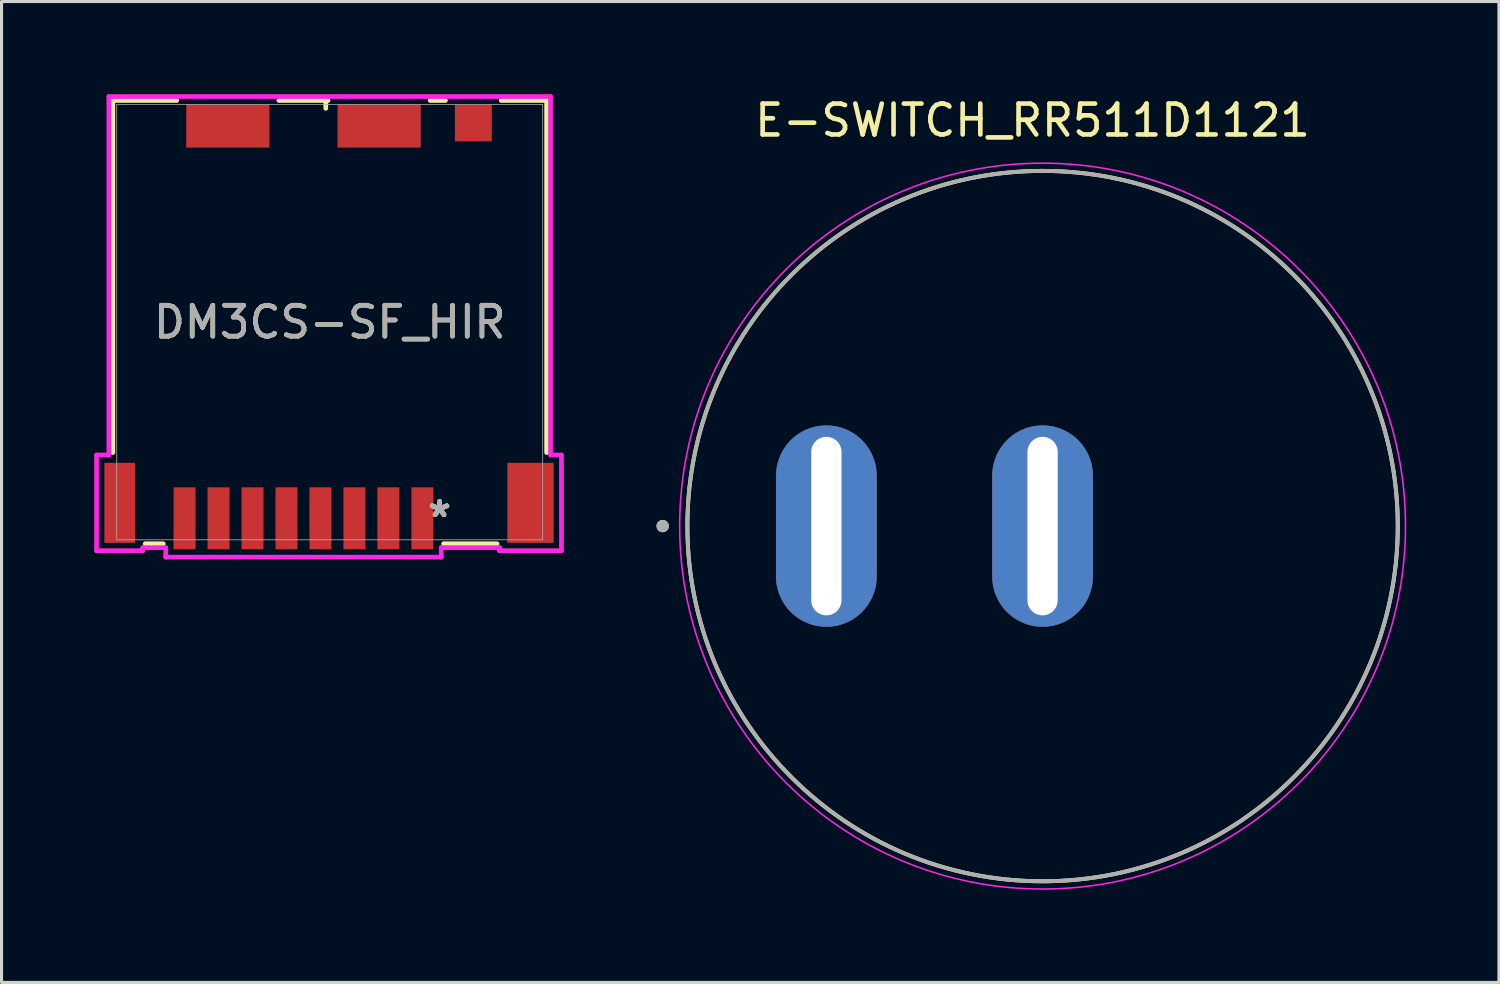
<source format=kicad_pcb>
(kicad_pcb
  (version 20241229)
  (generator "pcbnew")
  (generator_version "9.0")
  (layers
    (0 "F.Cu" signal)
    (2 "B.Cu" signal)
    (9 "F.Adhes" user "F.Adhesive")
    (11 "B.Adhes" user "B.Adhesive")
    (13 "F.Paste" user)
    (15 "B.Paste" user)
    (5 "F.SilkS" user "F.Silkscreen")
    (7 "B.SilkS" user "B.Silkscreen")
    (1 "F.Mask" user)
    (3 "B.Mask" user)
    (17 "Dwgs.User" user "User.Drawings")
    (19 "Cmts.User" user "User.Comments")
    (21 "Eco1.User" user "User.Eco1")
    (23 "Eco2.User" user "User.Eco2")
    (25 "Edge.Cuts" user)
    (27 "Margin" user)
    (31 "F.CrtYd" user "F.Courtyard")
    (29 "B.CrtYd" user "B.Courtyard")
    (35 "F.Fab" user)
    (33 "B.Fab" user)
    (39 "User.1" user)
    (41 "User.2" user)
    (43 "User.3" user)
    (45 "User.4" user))
  (footprint "E-SWITCH_RR511D1121"
    (layer "F.Cu")
    (at 30.705 13.983)
    (property "Reference" "E-SWITCH_RR511D1121" (at -0.325 -13.135 0) (layer "F.SilkS") (effects (font (size 1 1) (thickness 0.15))))
    (attr through_hole)
    (fp_circle (center -12.3 0) (end -12.2 0) (stroke (width 0.2) (type solid)) (fill no) (layer "F.SilkS"))
    (fp_circle (center 0 0) (end 11.5 0) (stroke (width 0.127) (type solid)) (fill no) (layer "F.SilkS"))
    (fp_circle (center 0 0) (end 11.75 0) (stroke (width 0.05) (type solid)) (fill no) (layer "F.CrtYd"))
    (fp_circle (center -12.3 0) (end -12.2 0) (stroke (width 0.2) (type solid)) (fill no) (layer "F.Fab"))
    (fp_circle (center 0 0) (end 11.5 0) (stroke (width 0.127) (type solid)) (fill no) (layer "F.Fab"))
    (pad "1" thru_hole oval (at -7 0) (size 3.26 6.52) (drill oval 0.98 5.78) (layers "*.Cu" "*.Mask"))
    (pad "2" thru_hole oval (at 0 0) (size 3.26 6.52) (drill oval 0.98 5.78) (layers "*.Cu" "*.Mask")))
  (footprint "DM3CS-SF_HIR"
    (layer "F.Cu")
    (at 7.625 7.379)
    (property "Reference" "DM3CS-SF_HIR" (at 0 0 0) (unlocked yes) (layer "F.SilkS") (effects (font (size 1 1) (thickness 0.15))))
    (attr smd)
    (fp_line (start -7.023 -7.176) (end -7.023 4.223) (stroke (width 0.152) (type solid)) (layer "F.SilkS"))
    (fp_line (start -5.973 7.176) (end -5.388 7.176) (stroke (width 0.152) (type solid)) (layer "F.SilkS"))
    (fp_line (start -4.953 -7.176) (end -7.023 -7.176) (stroke (width 0.152) (type solid)) (layer "F.SilkS"))
    (fp_line (start -0.127 -7.176) (end -0.127 -6.921) (stroke (width 0.152) (type solid)) (layer "F.SilkS"))
    (fp_line (start -0.053 -7.176) (end -1.647 -7.176) (stroke (width 0.152) (type solid)) (layer "F.SilkS"))
    (fp_line (start 3.688 7.176) (end 5.419 7.176) (stroke (width 0.152) (type solid)) (layer "F.SilkS"))
    (fp_line (start 3.747 -7.176) (end 3.253 -7.176) (stroke (width 0.152) (type solid)) (layer "F.SilkS"))
    (fp_line (start 7.023 -7.176) (end 5.553 -7.176) (stroke (width 0.152) (type solid)) (layer "F.SilkS"))
    (fp_line (start 7.023 4.223) (end 7.023 -7.176) (stroke (width 0.152) (type solid)) (layer "F.SilkS"))
    (fp_line (start -7.549 4.302) (end -7.549 7.401) (stroke (width 0.152) (type solid)) (layer "F.CrtYd"))
    (fp_line (start -7.549 7.401) (end -6.051 7.401) (stroke (width 0.152) (type solid)) (layer "F.CrtYd"))
    (fp_line (start -7.15 -7.303) (end -7.15 4.302) (stroke (width 0.152) (type solid)) (layer "F.CrtYd"))
    (fp_line (start -7.15 4.302) (end -7.549 4.302) (stroke (width 0.152) (type solid)) (layer "F.CrtYd"))
    (fp_line (start -6.051 7.303) (end -5.31 7.303) (stroke (width 0.152) (type solid)) (layer "F.CrtYd"))
    (fp_line (start -6.051 7.401) (end -6.051 7.303) (stroke (width 0.152) (type solid)) (layer "F.CrtYd"))
    (fp_line (start -5.31 7.303) (end -5.31 7.609) (stroke (width 0.152) (type solid)) (layer "F.CrtYd"))
    (fp_line (start -5.31 7.609) (end 3.61 7.609) (stroke (width 0.152) (type solid)) (layer "F.CrtYd"))
    (fp_line (start 3.61 7.303) (end 5.497 7.303) (stroke (width 0.152) (type solid)) (layer "F.CrtYd"))
    (fp_line (start 3.61 7.609) (end 3.61 7.303) (stroke (width 0.152) (type solid)) (layer "F.CrtYd"))
    (fp_line (start 5.497 7.303) (end 5.497 7.401) (stroke (width 0.152) (type solid)) (layer "F.CrtYd"))
    (fp_line (start 5.497 7.401) (end 7.503 7.401) (stroke (width 0.152) (type solid)) (layer "F.CrtYd"))
    (fp_line (start 7.15 -7.303) (end -7.15 -7.303) (stroke (width 0.152) (type solid)) (layer "F.CrtYd"))
    (fp_line (start 7.15 4.302) (end 7.15 -7.303) (stroke (width 0.152) (type solid)) (layer "F.CrtYd"))
    (fp_line (start 7.503 4.302) (end 7.15 4.302) (stroke (width 0.152) (type solid)) (layer "F.CrtYd"))
    (fp_line (start 7.503 7.401) (end 7.503 4.302) (stroke (width 0.152) (type solid)) (layer "F.CrtYd"))
    (fp_line (start -6.896 -7.048) (end -6.896 7.048) (stroke (width 0.025) (type solid)) (layer "F.Fab"))
    (fp_line (start -6.896 7.048) (end 6.896 7.048) (stroke (width 0.025) (type solid)) (layer "F.Fab"))
    (fp_line (start 0 -7.048) (end 0 -7.048) (stroke (width 0.025) (type solid)) (layer "F.Fab"))
    (fp_line (start 0 -7.048) (end 0 -7.048) (stroke (width 0.025) (type solid)) (layer "F.Fab"))
    (fp_line (start 0 -7.048) (end 0 -7.048) (stroke (width 0.025) (type solid)) (layer "F.Fab"))
    (fp_line (start 0 -7.048) (end 0 -7.048) (stroke (width 0.025) (type solid)) (layer "F.Fab"))
    (fp_line (start 6.896 -7.048) (end -6.896 -7.048) (stroke (width 0.025) (type solid)) (layer "F.Fab"))
    (fp_line (start 6.896 7.048) (end 6.896 -7.048) (stroke (width 0.025) (type solid)) (layer "F.Fab"))
    (fp_text user "*" (at 3.556 6.35 0) (unlocked yes) (layer "F.SilkS") (effects (font (size 1 1) (thickness 0.15))))
    (fp_text user "*" (at 3.556 6.35 0) (layer "F.SilkS") (effects (font (size 1 1) (thickness 0.15))))
    (fp_text user "*" (at 3.556 6.35 0) (layer "F.Fab") (effects (font (size 1 1) (thickness 0.15))))
    (fp_text user "${REFERENCE}" (at 0 0 0) (unlocked yes) (layer "F.Fab") (effects (font (size 1 1) (thickness 0.15))))
    (fp_text user "*" (at 3.556 6.35 0) (unlocked yes) (layer "F.Fab") (effects (font (size 1 1) (thickness 0.15))))
    (pad "1" smd rect (at 3 6.352) (size 0.711 2.007) (layers "F.Cu" "F.Mask" "F.Paste"))
    (pad "2" smd rect (at 1.9 6.352) (size 0.711 2.007) (layers "F.Cu" "F.Mask" "F.Paste"))
    (pad "3" smd rect (at 0.8 6.352) (size 0.711 2.007) (layers "F.Cu" "F.Mask" "F.Paste"))
    (pad "4" smd rect (at -0.3 6.352) (size 0.711 2.007) (layers "F.Cu" "F.Mask" "F.Paste"))
    (pad "5" smd rect (at -1.4 6.352) (size 0.711 2.007) (layers "F.Cu" "F.Mask" "F.Paste"))
    (pad "6" smd rect (at -2.5 6.352) (size 0.711 2.007) (layers "F.Cu" "F.Mask" "F.Paste"))
    (pad "7" smd rect (at -3.6 6.352) (size 0.711 2.007) (layers "F.Cu" "F.Mask" "F.Paste"))
    (pad "8" smd rect (at -4.7 6.352) (size 0.711 2.007) (layers "F.Cu" "F.Mask" "F.Paste"))
    (pad "9" smd rect (at 1.6 -6.348) (size 2.692 1.397) (layers "F.Cu" "F.Mask" "F.Paste"))
    (pad "10" smd rect (at -6.8 5.851) (size 0.991 2.591) (layers "F.Cu" "F.Mask" "F.Paste"))
    (pad "11" smd rect (at -3.3 -6.348) (size 2.692 1.397) (layers "F.Cu" "F.Mask" "F.Paste"))
    (pad "12" smd rect (at 4.65 -6.449) (size 1.194 1.194) (layers "F.Cu" "F.Mask" "F.Paste"))
    (pad "13" smd rect (at 6.5 5.851) (size 1.499 2.591) (layers "F.Cu" "F.Mask" "F.Paste")))
  (gr_rect
    (start -3 -3)
    (end 45.48 28.758)
    (stroke (width 0.1) (type default))
    (fill no)
    (layer "Edge.Cuts")))
</source>
